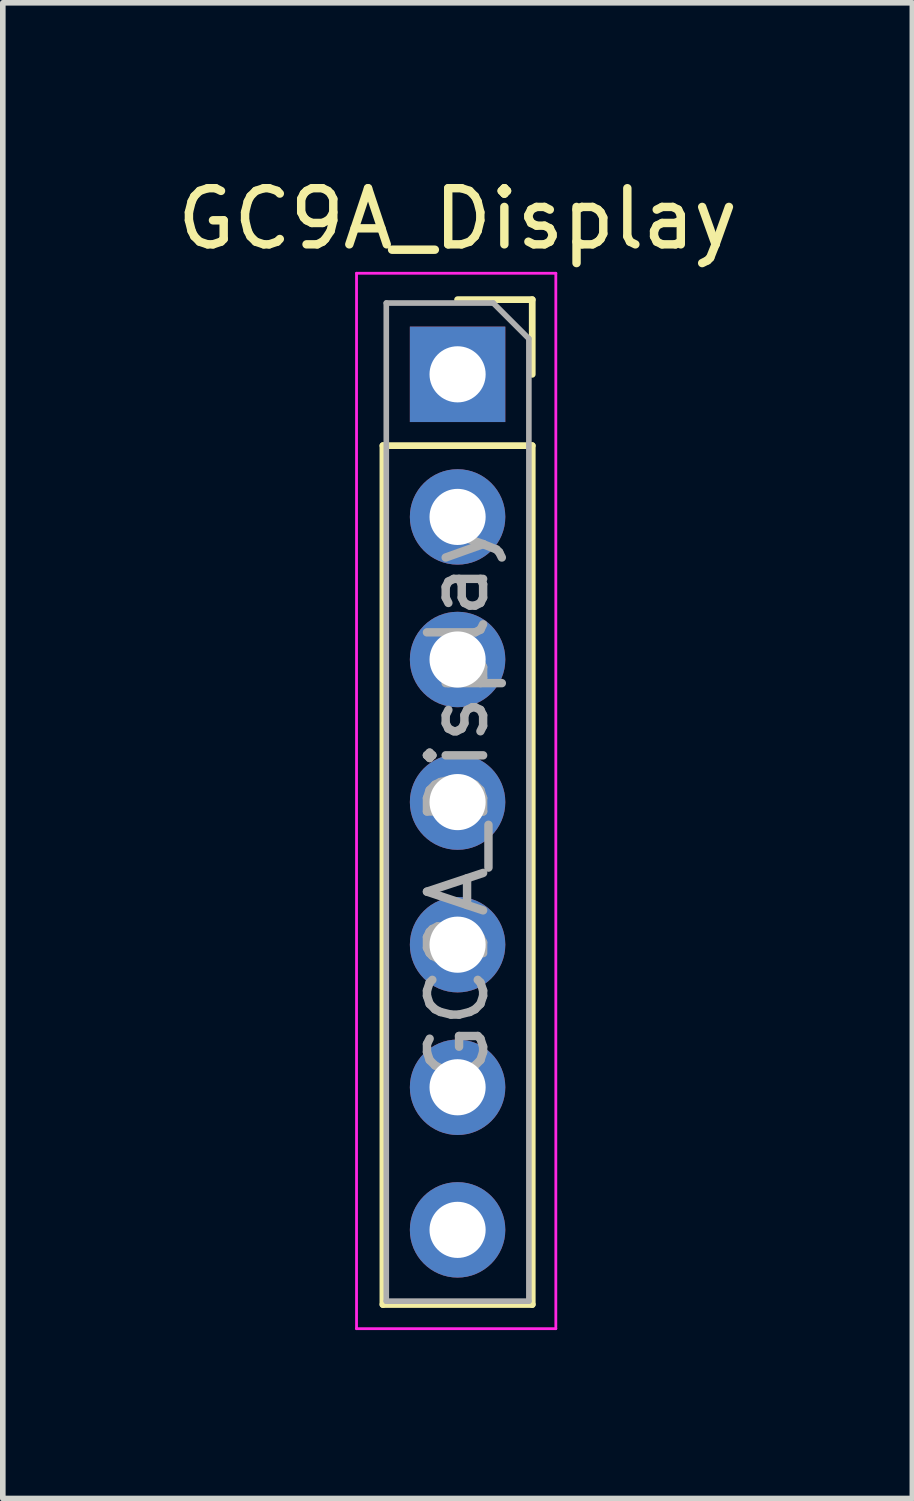
<source format=kicad_pcb>
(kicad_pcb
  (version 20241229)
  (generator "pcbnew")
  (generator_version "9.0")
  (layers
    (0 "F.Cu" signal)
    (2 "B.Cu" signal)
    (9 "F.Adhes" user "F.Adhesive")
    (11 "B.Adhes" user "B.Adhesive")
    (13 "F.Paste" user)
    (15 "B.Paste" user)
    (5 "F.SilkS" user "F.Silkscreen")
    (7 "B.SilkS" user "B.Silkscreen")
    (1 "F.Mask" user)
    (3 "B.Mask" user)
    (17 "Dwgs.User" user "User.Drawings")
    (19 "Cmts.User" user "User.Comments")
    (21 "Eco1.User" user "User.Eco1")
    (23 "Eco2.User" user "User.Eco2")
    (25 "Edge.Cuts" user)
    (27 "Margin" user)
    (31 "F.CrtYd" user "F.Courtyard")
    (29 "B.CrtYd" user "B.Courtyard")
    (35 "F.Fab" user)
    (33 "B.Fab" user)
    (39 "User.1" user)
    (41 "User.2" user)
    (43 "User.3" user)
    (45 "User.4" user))
  (footprint "GC9A_Display"
    (layer "F.Cu")
    (at 5.101 3.618)
    (property "Reference" "GC9A_Display" (at 0 -2.77 0) (layer "F.SilkS") (effects (font (size 1 1) (thickness 0.15))))
    (attr through_hole)
    (fp_line (start -1.33 1.27) (end -1.33 16.57) (stroke (width 0.12) (type solid)) (layer "F.SilkS"))
    (fp_line (start -1.33 1.27) (end 1.33 1.27) (stroke (width 0.12) (type solid)) (layer "F.SilkS"))
    (fp_line (start -1.33 16.57) (end 1.33 16.57) (stroke (width 0.12) (type solid)) (layer "F.SilkS"))
    (fp_line (start 0 -1.33) (end 1.33 -1.33) (stroke (width 0.12) (type solid)) (layer "F.SilkS"))
    (fp_line (start 1.33 -1.33) (end 1.33 0) (stroke (width 0.12) (type solid)) (layer "F.SilkS"))
    (fp_line (start 1.33 1.27) (end 1.33 16.57) (stroke (width 0.12) (type solid)) (layer "F.SilkS"))
    (fp_line (start -1.8 -1.8) (end 1.75 -1.8) (stroke (width 0.05) (type solid)) (layer "F.CrtYd"))
    (fp_line (start -1.8 17) (end -1.8 -1.8) (stroke (width 0.05) (type solid)) (layer "F.CrtYd"))
    (fp_line (start 1.75 -1.8) (end 1.75 17) (stroke (width 0.05) (type solid)) (layer "F.CrtYd"))
    (fp_line (start 1.75 17) (end -1.8 17) (stroke (width 0.05) (type solid)) (layer "F.CrtYd"))
    (fp_line (start -1.27 -1.27) (end 0.635 -1.27) (stroke (width 0.1) (type solid)) (layer "F.Fab"))
    (fp_line (start -1.27 16.51) (end -1.27 -1.27) (stroke (width 0.1) (type solid)) (layer "F.Fab"))
    (fp_line (start 0.635 -1.27) (end 1.27 -0.635) (stroke (width 0.1) (type solid)) (layer "F.Fab"))
    (fp_line (start 1.27 -0.635) (end 1.27 16.51) (stroke (width 0.1) (type solid)) (layer "F.Fab"))
    (fp_line (start 1.27 16.51) (end -1.27 16.51) (stroke (width 0.1) (type solid)) (layer "F.Fab"))
    (fp_text user "${REFERENCE}" (at 0 7.62 90) (layer "F.Fab") (effects (font (size 1 1) (thickness 0.15))))
    (pad "1" thru_hole rect (at 0 0) (size 1.7 1.7) (drill 1) (layers "*.Cu" "*.Mask"))
    (pad "2" thru_hole oval (at 0 2.54) (size 1.7 1.7) (drill 1) (layers "*.Cu" "*.Mask"))
    (pad "3" thru_hole oval (at 0 5.08) (size 1.7 1.7) (drill 1) (layers "*.Cu" "*.Mask"))
    (pad "4" thru_hole oval (at 0 7.62) (size 1.7 1.7) (drill 1) (layers "*.Cu" "*.Mask"))
    (pad "5" thru_hole oval (at 0 10.16) (size 1.7 1.7) (drill 1) (layers "*.Cu" "*.Mask"))
    (pad "6" thru_hole oval (at 0 12.7) (size 1.7 1.7) (drill 1) (layers "*.Cu" "*.Mask"))
    (pad "7" thru_hole oval (at 0 15.24) (size 1.7 1.7) (drill 1) (layers "*.Cu" "*.Mask")))
  (gr_rect
    (start -3 -3)
    (end 13.202 23.643)
    (stroke (width 0.1) (type default))
    (fill no)
    (layer "Edge.Cuts")))
</source>
